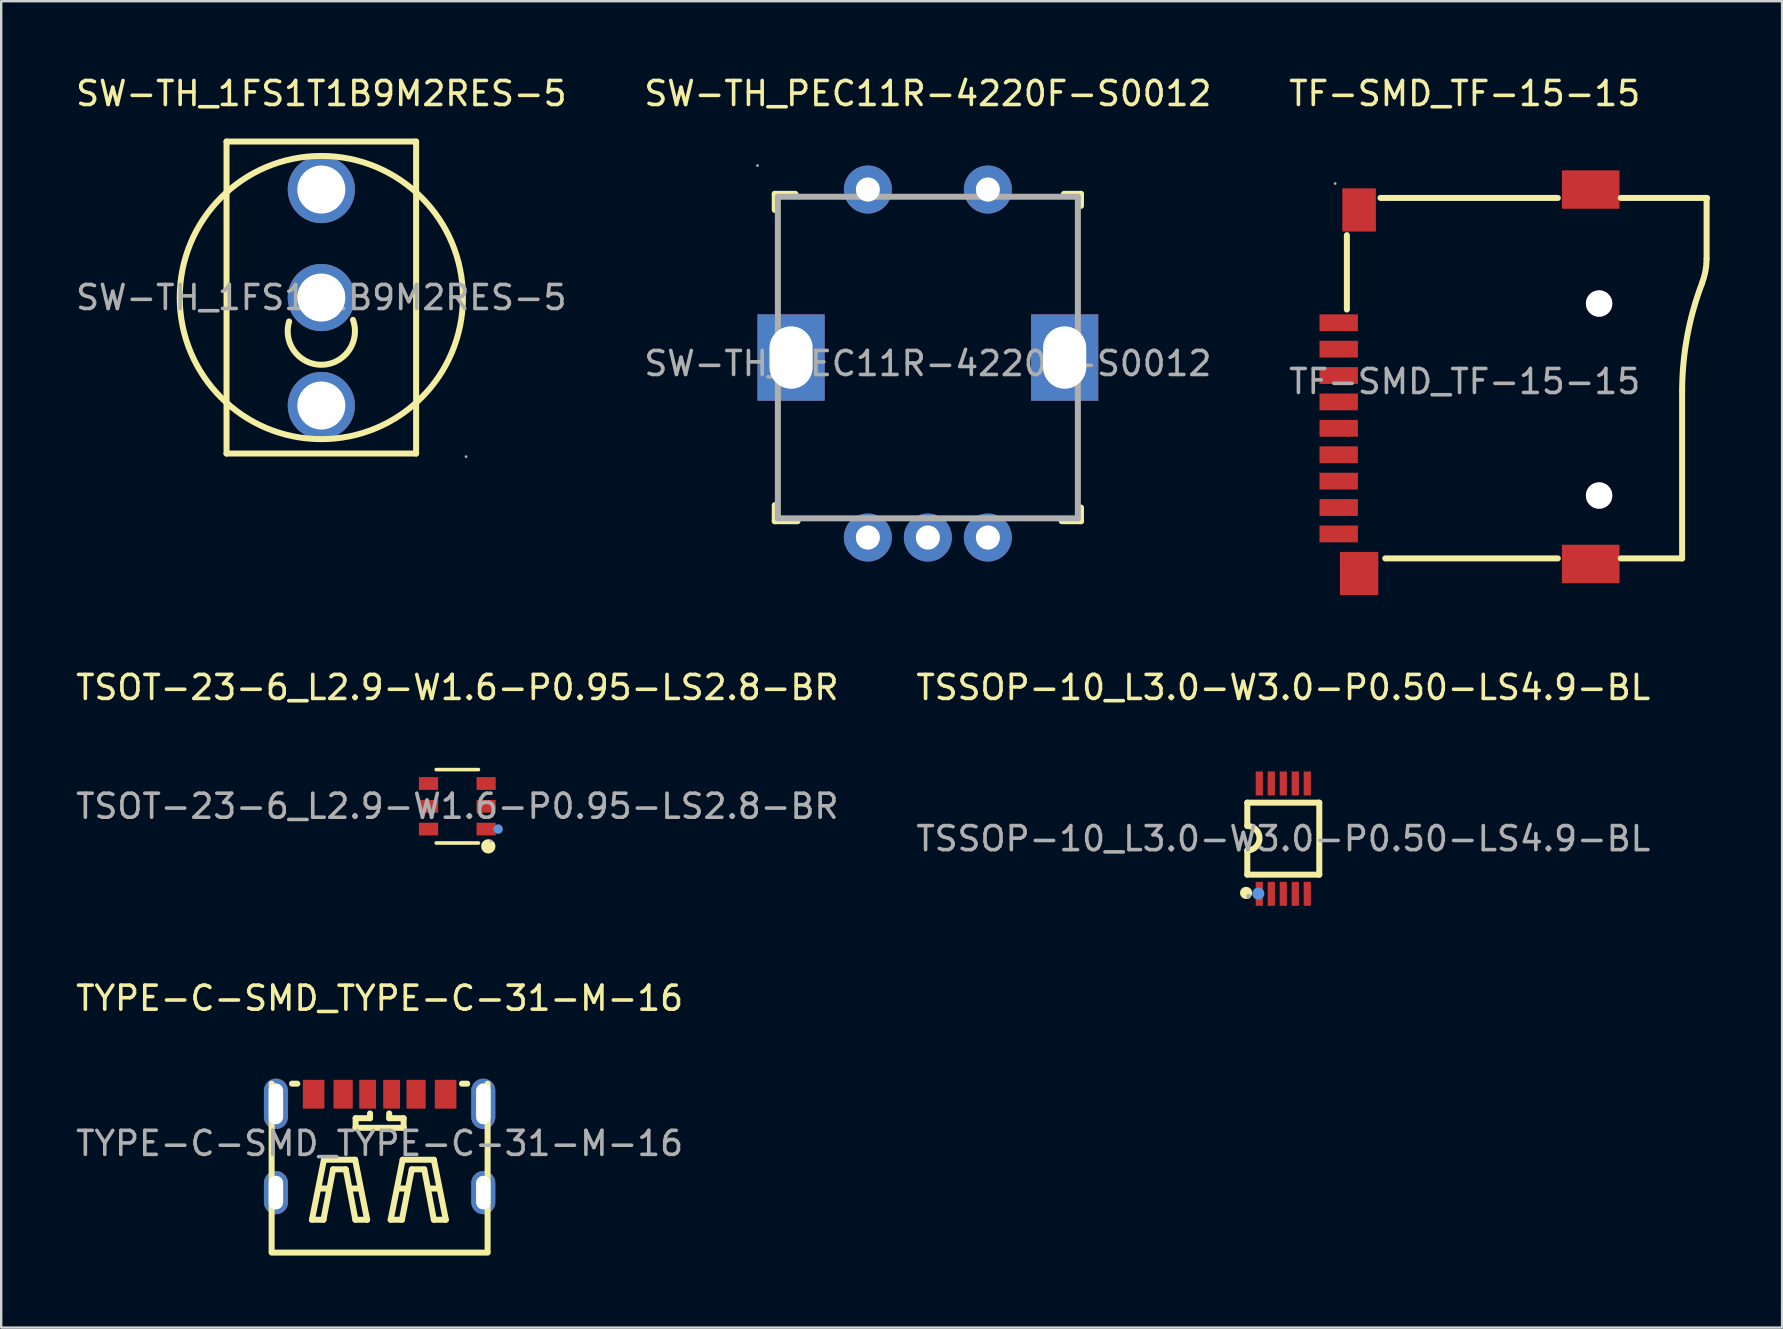
<source format=kicad_pcb>
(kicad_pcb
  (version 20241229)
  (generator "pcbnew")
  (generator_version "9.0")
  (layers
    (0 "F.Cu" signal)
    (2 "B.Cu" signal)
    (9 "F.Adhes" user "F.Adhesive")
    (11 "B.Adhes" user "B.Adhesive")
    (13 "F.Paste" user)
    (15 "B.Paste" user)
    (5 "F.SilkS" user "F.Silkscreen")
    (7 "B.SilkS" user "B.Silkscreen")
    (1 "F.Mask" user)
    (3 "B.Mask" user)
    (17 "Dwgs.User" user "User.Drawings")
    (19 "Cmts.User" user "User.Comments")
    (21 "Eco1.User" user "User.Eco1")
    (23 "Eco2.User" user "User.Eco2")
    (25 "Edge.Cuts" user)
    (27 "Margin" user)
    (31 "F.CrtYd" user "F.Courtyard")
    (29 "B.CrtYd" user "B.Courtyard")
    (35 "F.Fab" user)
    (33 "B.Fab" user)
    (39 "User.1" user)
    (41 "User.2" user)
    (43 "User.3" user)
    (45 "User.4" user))
  (footprint "TYPE-C-SMD_TYPE-C-31-M-16"
    (layer "F.Cu")
    (at 12.768 44.595)
    (property "Reference" "TYPE-C-SMD_TYPE-C-31-M-16" (at 0 -6.05 0) (layer "F.SilkS") (effects (font (size 1 1) (thickness 0.15))))
    (attr through_hole)
    (fp_line (start -4.5 -2.49) (end -4.5 4.5) (stroke (width 0.25) (type solid)) (layer "F.SilkS"))
    (fp_line (start -4.5 4.55) (end 4.5 4.55) (stroke (width 0.25) (type solid)) (layer "F.SilkS"))
    (fp_line (start -3.65 -2.49) (end -3.43 -2.49) (stroke (width 0.25) (type solid)) (layer "F.SilkS"))
    (fp_line (start -2.82 3.18) (end -2.32 0.68) (stroke (width 0.25) (type solid)) (layer "F.SilkS"))
    (fp_line (start -2.52 1.88) (end -2.12 1.88) (stroke (width 0.25) (type solid)) (layer "F.SilkS"))
    (fp_line (start -2.34 3.18) (end -2.82 3.18) (stroke (width 0.25) (type solid)) (layer "F.SilkS"))
    (fp_line (start -2.32 0.68) (end -1.02 0.68) (stroke (width 0.25) (type solid)) (layer "F.SilkS"))
    (fp_line (start -1.94 1.08) (end -2.34 3.18) (stroke (width 0.25) (type solid)) (layer "F.SilkS"))
    (fp_line (start -1.41 1.08) (end -1.94 1.08) (stroke (width 0.25) (type solid)) (layer "F.SilkS"))
    (fp_line (start -1.22 1.88) (end -0.82 1.88) (stroke (width 0.25) (type solid)) (layer "F.SilkS"))
    (fp_line (start -1.02 0.68) (end -0.52 3.18) (stroke (width 0.25) (type solid)) (layer "F.SilkS"))
    (fp_line (start -1.01 -0.65) (end 1.01 -0.65) (stroke (width 0.25) (type solid)) (layer "F.SilkS"))
    (fp_line (start -1.01 3.18) (end -1.41 1.08) (stroke (width 0.25) (type solid)) (layer "F.SilkS"))
    (fp_line (start -1 -1.05) (end -0.4 -1.05) (stroke (width 0.25) (type solid)) (layer "F.SilkS"))
    (fp_line (start -1 -0.65) (end -1 -1.05) (stroke (width 0.25) (type solid)) (layer "F.SilkS"))
    (fp_line (start -0.52 3.18) (end -1.01 3.18) (stroke (width 0.25) (type solid)) (layer "F.SilkS"))
    (fp_line (start -0.4 -1.05) (end -0.4 -1.25) (stroke (width 0.25) (type solid)) (layer "F.SilkS"))
    (fp_line (start 0.4 -1.05) (end 0.4 -1.25) (stroke (width 0.25) (type solid)) (layer "F.SilkS"))
    (fp_line (start 0.46 3.18) (end 0.96 0.68) (stroke (width 0.25) (type solid)) (layer "F.SilkS"))
    (fp_line (start 0.76 1.88) (end 1.16 1.88) (stroke (width 0.25) (type solid)) (layer "F.SilkS"))
    (fp_line (start 0.93 3.18) (end 0.46 3.18) (stroke (width 0.25) (type solid)) (layer "F.SilkS"))
    (fp_line (start 0.96 0.68) (end 2.26 0.68) (stroke (width 0.25) (type solid)) (layer "F.SilkS"))
    (fp_line (start 1 -1.05) (end 0.4 -1.05) (stroke (width 0.25) (type solid)) (layer "F.SilkS"))
    (fp_line (start 1 -0.65) (end 1 -1.05) (stroke (width 0.25) (type solid)) (layer "F.SilkS"))
    (fp_line (start 1.34 1.08) (end 0.93 3.18) (stroke (width 0.25) (type solid)) (layer "F.SilkS"))
    (fp_line (start 1.86 1.08) (end 1.34 1.08) (stroke (width 0.25) (type solid)) (layer "F.SilkS"))
    (fp_line (start 2.06 1.88) (end 2.46 1.88) (stroke (width 0.25) (type solid)) (layer "F.SilkS"))
    (fp_line (start 2.26 0.68) (end 2.76 3.18) (stroke (width 0.25) (type solid)) (layer "F.SilkS"))
    (fp_line (start 2.26 3.18) (end 1.86 1.08) (stroke (width 0.25) (type solid)) (layer "F.SilkS"))
    (fp_line (start 2.76 3.18) (end 2.26 3.18) (stroke (width 0.25) (type solid)) (layer "F.SilkS"))
    (fp_line (start 3.43 -2.49) (end 3.65 -2.49) (stroke (width 0.25) (type solid)) (layer "F.SilkS"))
    (fp_line (start 4.5 -2.49) (end 4.5 4.5) (stroke (width 0.25) (type solid)) (layer "F.SilkS"))
    (fp_circle (center -4.48 -2.31) (end -4.45 -2.31) (stroke (width 0.06) (type solid)) (fill no) (layer "F.Fab"))
    (fp_text user "${REFERENCE}" (at 0 0 0) (layer "F.Fab") (effects (font (size 1 1) (thickness 0.15))))
    (pad "1" thru_hole oval (at -4.32 -1.65) (size 1 2.1) (drill oval 0.6 1.7) (layers "*.Cu" "*.Mask"))
    (pad "2" thru_hole oval (at 4.32 -1.65) (size 1 2.1) (drill oval 0.6 1.7) (layers "*.Cu" "*.Mask"))
    (pad "3" thru_hole oval (at -4.32 2.05) (size 1 1.8) (drill oval 0.6 1.4) (layers "*.Cu" "*.Mask"))
    (pad "4" thru_hole oval (at 4.32 2.05) (size 1 1.8) (drill oval 0.6 1.4) (layers "*.Cu" "*.Mask"))
    (pad "A5" smd rect (at -0.5 -2.05) (size 0.7 1.2) (layers "F.Cu" "F.Mask" "F.Paste"))
    (pad "A9" smd rect (at 1.52 -2.05) (size 0.8 1.2) (layers "F.Cu" "F.Mask" "F.Paste"))
    (pad "A12" smd rect (at 2.75 -2.05) (size 0.9 1.2) (layers "F.Cu" "F.Mask" "F.Paste"))
    (pad "B5" smd rect (at 0.5 -2.05) (size 0.7 1.2) (layers "F.Cu" "F.Mask" "F.Paste"))
    (pad "B9" smd rect (at -1.52 -2.05) (size 0.8 1.2) (layers "F.Cu" "F.Mask" "F.Paste"))
    (pad "B12" smd rect (at -2.75 -2.05) (size 0.9 1.2) (layers "F.Cu" "F.Mask" "F.Paste")))
  (footprint "TSOT-23-6_L2.9-W1.6-P0.95-LS2.8-BR"
    (layer "F.Cu")
    (at 16.006 30.547)
    (property "Reference" "TSOT-23-6_L2.9-W1.6-P0.95-LS2.8-BR" (at 0 -4.95 0) (layer "F.SilkS") (effects (font (size 1 1) (thickness 0.15))))
    (attr through_hole)
    (fp_line (start 0.88 -1.53) (end -0.88 -1.53) (stroke (width 0.15) (type solid)) (layer "F.SilkS"))
    (fp_line (start 0.88 1.53) (end -0.88 1.53) (stroke (width 0.15) (type solid)) (layer "F.SilkS"))
    (fp_circle (center 1.29 1.67) (end 1.44 1.67) (stroke (width 0.3) (type solid)) (fill no) (layer "F.SilkS"))
    (fp_circle (center 1.7 0.95) (end 1.8 0.95) (stroke (width 0.2) (type solid)) (fill no) (layer "Cmts.User"))
    (fp_circle (center 1.4 1.45) (end 1.43 1.45) (stroke (width 0.06) (type solid)) (fill no) (layer "F.Fab"))
    (fp_text user "${REFERENCE}" (at 0 0 0) (layer "F.Fab") (effects (font (size 1 1) (thickness 0.15))))
    (pad "1" smd rect (at 1.2 0.95) (size 0.8 0.53) (layers "F.Cu" "F.Mask" "F.Paste"))
    (pad "2" smd rect (at 1.2 0) (size 0.8 0.53) (layers "F.Cu" "F.Mask" "F.Paste"))
    (pad "3" smd rect (at 1.2 -0.95) (size 0.8 0.53) (layers "F.Cu" "F.Mask" "F.Paste"))
    (pad "4" smd rect (at -1.2 -0.95) (size 0.8 0.53) (layers "F.Cu" "F.Mask" "F.Paste"))
    (pad "5" smd rect (at -1.2 0) (size 0.8 0.53) (layers "F.Cu" "F.Mask" "F.Paste"))
    (pad "6" smd rect (at -1.2 0.95) (size 0.8 0.53) (layers "F.Cu" "F.Mask" "F.Paste")))
  (footprint "SW-TH_PEC11R-4220F-S0012"
    (layer "F.Cu")
    (at 35.613 12.098)
    (property "Reference" "SW-TH_PEC11R-4220F-S0012" (at 0 -11.25 0) (layer "F.SilkS") (effects (font (size 1 1) (thickness 0.15))))
    (attr through_hole)
    (fp_line (start -6.38 -7.07) (end -6.38 -6.4) (stroke (width 0.25) (type solid)) (layer "F.SilkS"))
    (fp_line (start -6.38 6.57) (end -6.38 5.9) (stroke (width 0.25) (type solid)) (layer "F.SilkS"))
    (fp_line (start -5.52 -7.07) (end -6.38 -7.07) (stroke (width 0.25) (type solid)) (layer "F.SilkS"))
    (fp_line (start -5.43 6.57) (end -6.38 6.57) (stroke (width 0.25) (type solid)) (layer "F.SilkS"))
    (fp_line (start 5.67 -7.07) (end 6.38 -7.07) (stroke (width 0.25) (type solid)) (layer "F.SilkS"))
    (fp_line (start 6.38 -7.07) (end 6.38 -6.57) (stroke (width 0.25) (type solid)) (layer "F.SilkS"))
    (fp_line (start 6.38 6) (end 6.38 6.57) (stroke (width 0.25) (type solid)) (layer "F.SilkS"))
    (fp_line (start 6.38 6.57) (end 5.58 6.57) (stroke (width 0.25) (type solid)) (layer "F.SilkS"))
    (fp_line (start -6.25 -6.95) (end 6.25 -6.95) (stroke (width 0.25) (type solid)) (layer "F.Fab"))
    (fp_line (start -6.25 6.45) (end -6.25 -6.95) (stroke (width 0.25) (type solid)) (layer "F.Fab"))
    (fp_line (start 6.25 -6.95) (end 6.25 6.45) (stroke (width 0.25) (type solid)) (layer "F.Fab"))
    (fp_line (start 6.25 6.45) (end -6.25 6.45) (stroke (width 0.25) (type solid)) (layer "F.Fab"))
    (fp_circle (center -7.1 -8.25) (end -7.07 -8.25) (stroke (width 0.06) (type solid)) (fill no) (layer "F.Fab"))
    (fp_text user "${REFERENCE}" (at 0 0 0) (layer "F.Fab") (effects (font (size 1 1) (thickness 0.15))))
    (pad "1" thru_hole circle (at -2.5 -7.25) (size 2 2) (drill oval 1 1.005) (layers "*.Cu" "*.Paste" "*.Mask"))
    (pad "2" thru_hole circle (at 2.5 -7.25) (size 2 2) (drill oval 1 1.005) (layers "*.Cu" "*.Paste" "*.Mask"))
    (pad "3" thru_hole rect (at -5.7 -0.25) (size 2.8 3.6) (drill oval 1.8 2.6) (layers "*.Cu" "*.Paste" "*.Mask"))
    (pad "3" thru_hole rect (at 5.7 -0.25) (size 2.8 3.6) (drill oval 1.8 2.6) (layers "*.Cu" "*.Paste" "*.Mask"))
    (pad "A" thru_hole circle (at -2.5 7.25) (size 2 2) (drill oval 1 1.005) (layers "*.Cu" "*.Paste" "*.Mask"))
    (pad "B" thru_hole circle (at 2.5 7.25) (size 2 2) (drill oval 1 1.005) (layers "*.Cu" "*.Paste" "*.Mask"))
    (pad "C" thru_hole circle (at 0 7.25) (size 2 2) (drill oval 1 1.005) (layers "*.Cu" "*.Paste" "*.Mask")))
  (footprint "SW-TH_1FS1T1B9M2RES-5"
    (layer "F.Cu")
    (at 10.339 9.348)
    (property "Reference" "SW-TH_1FS1T1B9M2RES-5" (at 0 -8.5 0) (layer "F.SilkS") (effects (font (size 1 1) (thickness 0.15))))
    (attr through_hole)
    (fp_line (start -3.95 -6.5) (end 3.95 -6.5) (stroke (width 0.25) (type solid)) (layer "F.SilkS"))
    (fp_line (start -3.95 6.5) (end -3.95 -6.5) (stroke (width 0.25) (type solid)) (layer "F.SilkS"))
    (fp_line (start -3.95 6.5) (end 3.95 6.5) (stroke (width 0.25) (type solid)) (layer "F.SilkS"))
    (fp_line (start 3.95 6.5) (end 3.95 -6.5) (stroke (width 0.25) (type solid)) (layer "F.SilkS"))
    (fp_arc (start 1.32 0.93) (mid 0.035427 2.80073) (end -1.342072 0.997329) (stroke (width 0.25) (type solid)) (layer "F.SilkS"))
    (fp_circle (center 0 0) (end 5.9 0) (stroke (width 0.25) (type solid)) (fill no) (layer "F.SilkS"))
    (fp_circle (center 0 -4.5) (end 0.45 -4.5) (stroke (width 0.9) (type solid)) (fill no) (layer "F.Fab"))
    (fp_circle (center 0 0) (end 0.45 0) (stroke (width 0.9) (type solid)) (fill no) (layer "F.Fab"))
    (fp_circle (center 0 4.5) (end 0.45 4.5) (stroke (width 0.9) (type solid)) (fill no) (layer "F.Fab"))
    (fp_circle (center 6.03 6.63) (end 6.06 6.63) (stroke (width 0.06) (type solid)) (fill no) (layer "F.Fab"))
    (fp_text user "${REFERENCE}" (at 0 0 0) (layer "F.Fab") (effects (font (size 1 1) (thickness 0.15))))
    (pad "1" thru_hole circle (at 0 4.5 90) (size 2.8 2.8) (drill 2) (layers "*.Cu" "*.Mask"))
    (pad "2" thru_hole circle (at 0 0 90) (size 2.8 2.8) (drill 2) (layers "*.Cu" "*.Mask"))
    (pad "3" thru_hole circle (at 0 -4.5 90) (size 2.8 2.8) (drill 2) (layers "*.Cu" "*.Mask")))
  (footprint "TF-SMD_TF-15-15"
    (layer "F.Cu")
    (at 57.982 12.848)
    (property "Reference" "TF-SMD_TF-15-15" (at 0 -12 0) (layer "F.SilkS") (effects (font (size 1 1) (thickness 0.15))))
    (attr through_hole)
    (fp_line (start -4.91 -6.1) (end -4.91 -3) (stroke (width 0.25) (type solid)) (layer "F.SilkS"))
    (fp_line (start -3.31 7.37) (end 3.88 7.37) (stroke (width 0.25) (type solid)) (layer "F.SilkS"))
    (fp_line (start 3.88 -7.65) (end -3.51 -7.65) (stroke (width 0.25) (type solid)) (layer "F.SilkS"))
    (fp_line (start 9.06 0.43) (end 9.06 7.37) (stroke (width 0.25) (type solid)) (layer "F.SilkS"))
    (fp_line (start 9.06 7.37) (end 6.5 7.37) (stroke (width 0.25) (type solid)) (layer "F.SilkS"))
    (fp_line (start 10.08 -7.62) (end 10.08 -5.11) (stroke (width 0.25) (type solid)) (layer "F.SilkS"))
    (fp_line (start 10.1 -7.65) (end 6.5 -7.65) (stroke (width 0.25) (type solid)) (layer "F.SilkS"))
    (fp_arc (start 9.06 0.42) (mid 9.269644 -1.878043) (end 9.891654 -4.100217) (stroke (width 0.25) (type solid)) (layer "F.SilkS"))
    (fp_arc (start 10.077916 -5.099637) (mid 10.029599 -4.591239) (end 9.89 -4.1) (stroke (width 0.25) (type solid)) (layer "F.SilkS"))
    (fp_circle (center 5.6 -3.25) (end 5.83 -3.25) (stroke (width 0.45) (type solid)) (fill no) (layer "Cmts.User"))
    (fp_circle (center 5.6 4.75) (end 5.83 4.75) (stroke (width 0.45) (type solid)) (fill no) (layer "Cmts.User"))
    (fp_circle (center -5.4 -8.25) (end -5.37 -8.25) (stroke (width 0.06) (type solid)) (fill no) (layer "F.Fab"))
    (fp_text user "${REFERENCE}" (at 0 0 0) (layer "F.Fab") (effects (font (size 1 1) (thickness 0.15))))
    (pad "" thru_hole circle (at 5.6 -3.25) (size 1.1 1.1) (drill 1.1) (layers "*.Cu" "*.Mask"))
    (pad "" thru_hole circle (at 5.6 4.75) (size 1.1 1.1) (drill 1.1) (layers "*.Cu" "*.Mask"))
    (pad "1" smd rect (at -5.25 -2.45) (size 1.6 0.7) (layers "F.Cu" "F.Mask" "F.Paste"))
    (pad "2" smd rect (at -5.25 -1.35) (size 1.6 0.7) (layers "F.Cu" "F.Mask" "F.Paste"))
    (pad "3" smd rect (at -5.25 -0.25) (size 1.6 0.7) (layers "F.Cu" "F.Mask" "F.Paste"))
    (pad "4" smd rect (at -5.25 0.85) (size 1.6 0.7) (layers "F.Cu" "F.Mask" "F.Paste"))
    (pad "5" smd rect (at -5.25 1.95) (size 1.6 0.7) (layers "F.Cu" "F.Mask" "F.Paste"))
    (pad "6" smd rect (at -5.25 3.05) (size 1.6 0.7) (layers "F.Cu" "F.Mask" "F.Paste"))
    (pad "7" smd rect (at -5.25 4.15) (size 1.6 0.7) (layers "F.Cu" "F.Mask" "F.Paste"))
    (pad "8" smd rect (at -5.25 5.25) (size 1.6 0.7) (layers "F.Cu" "F.Mask" "F.Paste"))
    (pad "9" smd rect (at -5.25 6.35) (size 1.6 0.7) (layers "F.Cu" "F.Mask" "F.Paste"))
    (pad "10" smd rect (at -4.4 8) (size 1.6 1.8) (layers "F.Cu" "F.Mask" "F.Paste"))
    (pad "11" smd rect (at 5.25 7.6) (size 2.4 1.6) (layers "F.Cu" "F.Mask" "F.Paste"))
    (pad "12" smd rect (at 5.25 -8) (size 2.4 1.6) (layers "F.Cu" "F.Mask" "F.Paste"))
    (pad "13" smd rect (at -4.4 -7.15) (size 1.4 1.8) (layers "F.Cu" "F.Mask" "F.Paste")))
  (footprint "TSSOP-10_L3.0-W3.0-P0.50-LS4.9-BL"
    (layer "F.Cu")
    (at 50.423 31.896)
    (property "Reference" "TSSOP-10_L3.0-W3.0-P0.50-LS4.9-BL" (at 0 -6.3 0) (layer "F.SilkS") (effects (font (size 1 1) (thickness 0.15))))
    (attr through_hole)
    (fp_line (start -1.5 -1.5) (end -1.5 -0.53) (stroke (width 0.25) (type solid)) (layer "F.SilkS"))
    (fp_line (start -1.5 -1.5) (end 1.5 -1.5) (stroke (width 0.25) (type solid)) (layer "F.SilkS"))
    (fp_line (start -1.5 1.5) (end -1.5 0.49) (stroke (width 0.25) (type solid)) (layer "F.SilkS"))
    (fp_line (start -1.5 1.5) (end 1.5 1.5) (stroke (width 0.25) (type solid)) (layer "F.SilkS"))
    (fp_line (start 1.5 1.5) (end 1.5 -1.5) (stroke (width 0.25) (type solid)) (layer "F.SilkS"))
    (fp_arc (start -1.5 -0.53) (mid -0.99 -0.02) (end -1.5 0.49) (stroke (width 0.25) (type solid)) (layer "F.SilkS"))
    (fp_circle (center -1.55 2.26) (end -1.42 2.26) (stroke (width 0.25) (type solid)) (fill no) (layer "F.SilkS"))
    (fp_circle (center -1.04 2.29) (end -0.91 2.29) (stroke (width 0.25) (type solid)) (fill no) (layer "Cmts.User"))
    (fp_circle (center -1.45 2.4) (end -1.4 2.4) (stroke (width 0.1) (type solid)) (fill no) (layer "F.Fab"))
    (fp_text user "${REFERENCE}" (at 0 0 0) (layer "F.Fab") (effects (font (size 1 1) (thickness 0.15))))
    (pad "1" smd rect (at -1 2.3 90) (size 1 0.3) (layers "F.Cu" "F.Mask" "F.Paste"))
    (pad "2" smd rect (at -0.5 2.3 90) (size 1 0.3) (layers "F.Cu" "F.Mask" "F.Paste"))
    (pad "3" smd rect (at 0 2.3 90) (size 1 0.3) (layers "F.Cu" "F.Mask" "F.Paste"))
    (pad "4" smd rect (at 0.5 2.3 90) (size 1 0.3) (layers "F.Cu" "F.Mask" "F.Paste"))
    (pad "5" smd rect (at 1 2.3 90) (size 1 0.3) (layers "F.Cu" "F.Mask" "F.Paste"))
    (pad "6" smd rect (at 1 -2.3 270) (size 1 0.3) (layers "F.Cu" "F.Mask" "F.Paste"))
    (pad "7" smd rect (at 0.5 -2.3 90) (size 1 0.3) (layers "F.Cu" "F.Mask" "F.Paste"))
    (pad "8" smd rect (at 0 -2.3 90) (size 1 0.3) (layers "F.Cu" "F.Mask" "F.Paste"))
    (pad "9" smd rect (at -0.5 -2.3 90) (size 1 0.3) (layers "F.Cu" "F.Mask" "F.Paste"))
    (pad "10" smd rect (at -1 -2.3 90) (size 1 0.3) (layers "F.Cu" "F.Mask" "F.Paste")))
  (gr_rect
    (start -3 -3)
    (end 71.207 52.27)
    (stroke (width 0.1) (type default))
    (fill no)
    (layer "Edge.Cuts")))
</source>
